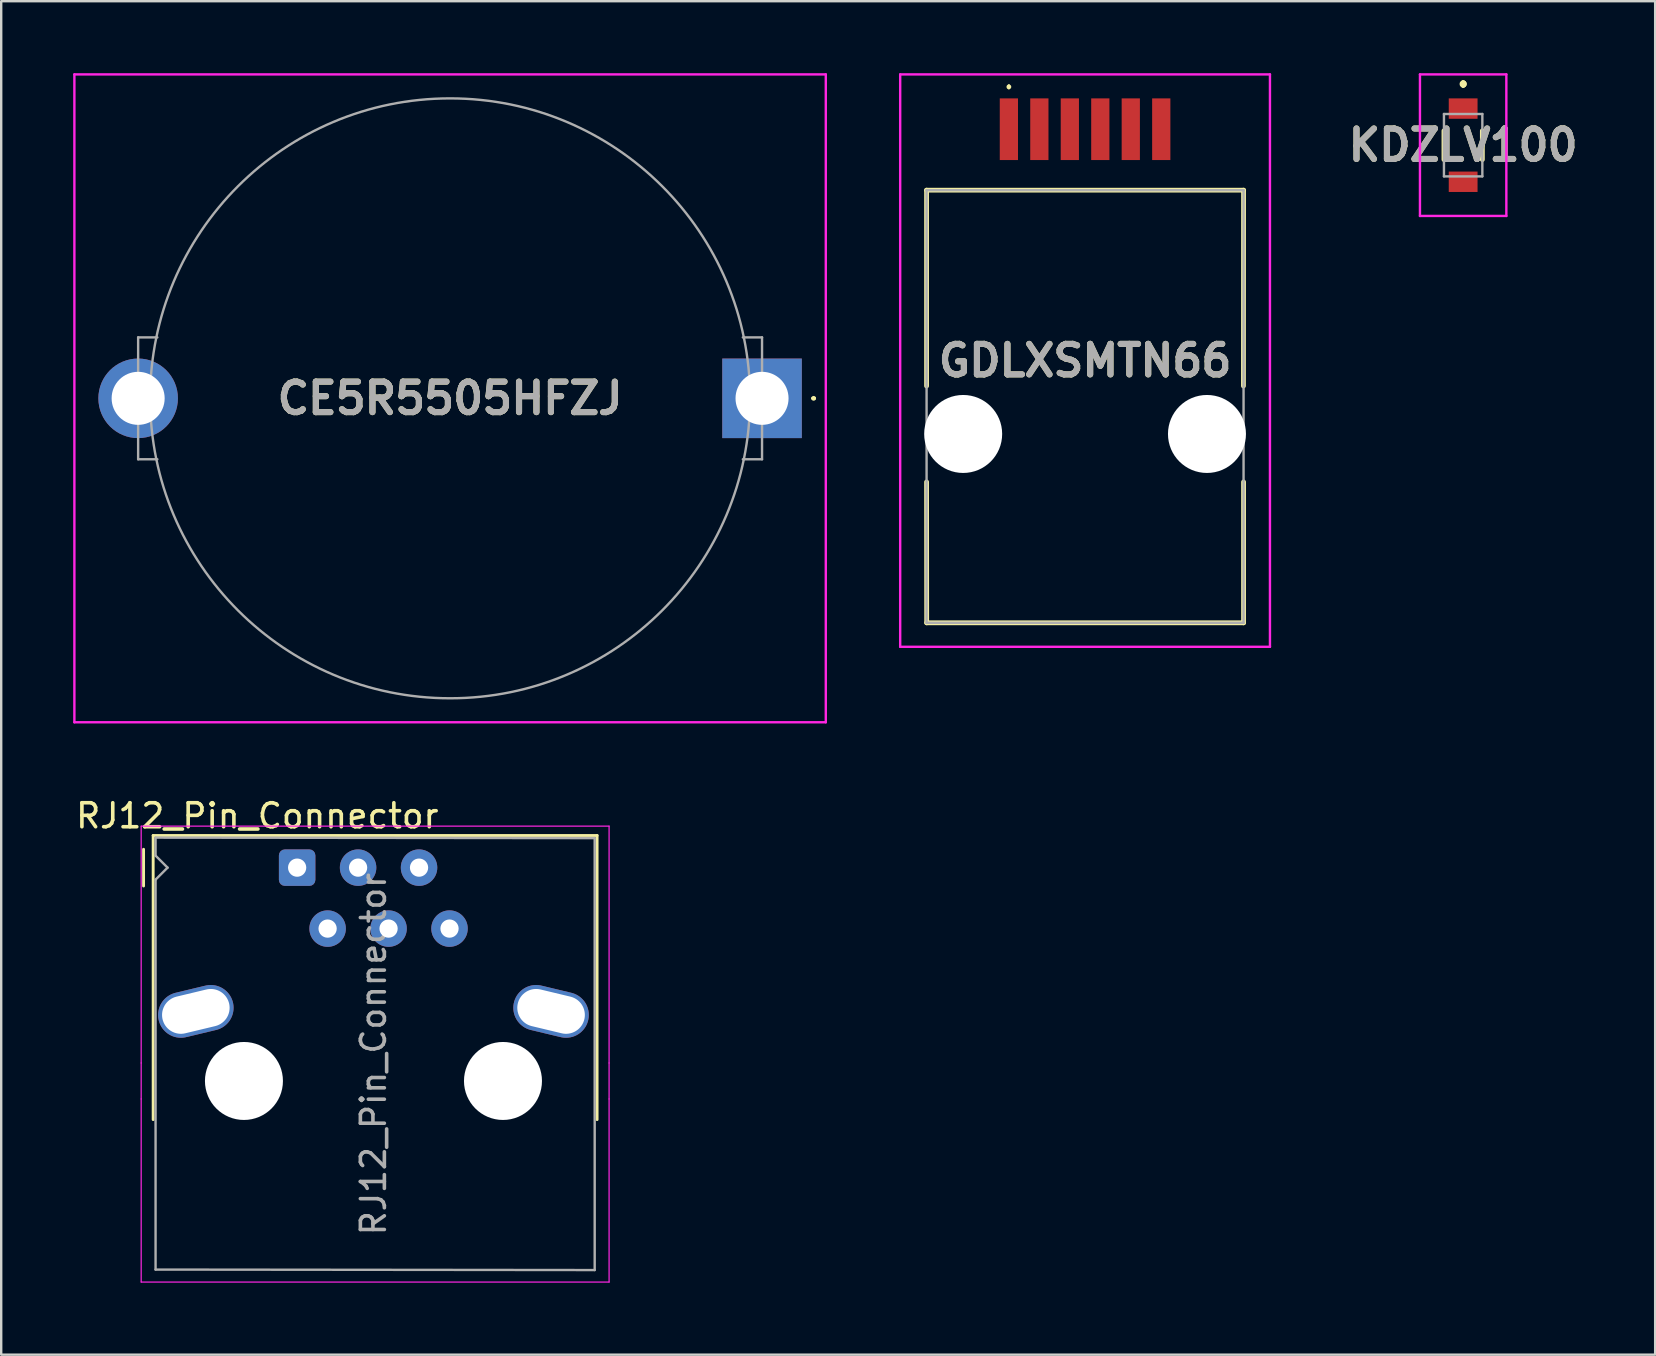
<source format=kicad_pcb>
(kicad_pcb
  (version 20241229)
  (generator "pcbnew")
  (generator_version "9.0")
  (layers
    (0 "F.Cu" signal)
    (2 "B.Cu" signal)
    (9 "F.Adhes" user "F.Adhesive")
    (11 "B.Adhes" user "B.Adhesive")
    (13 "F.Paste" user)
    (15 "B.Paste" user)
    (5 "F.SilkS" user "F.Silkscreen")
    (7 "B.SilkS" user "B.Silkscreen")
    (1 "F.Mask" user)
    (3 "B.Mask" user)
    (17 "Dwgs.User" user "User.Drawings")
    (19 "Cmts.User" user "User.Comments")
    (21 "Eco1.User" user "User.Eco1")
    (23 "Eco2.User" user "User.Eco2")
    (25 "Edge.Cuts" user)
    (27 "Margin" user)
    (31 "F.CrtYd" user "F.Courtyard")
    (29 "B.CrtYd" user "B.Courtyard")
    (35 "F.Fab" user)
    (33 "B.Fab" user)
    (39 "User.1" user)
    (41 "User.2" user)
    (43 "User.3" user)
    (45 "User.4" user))
  (footprint "GDLXSMTN66"
    (layer "F.Cu")
    (at 42.169 12.62)
    (property "Reference" "GDLXSMTN66" (at 0 -0.643 0) (layer "F.SilkS") (effects (font (size 1.27 1.27) (thickness 0.254))))
    (attr through_hole)
    (fp_line (start -6.605 -7.745) (end 6.605 -7.745) (stroke (width 0.2) (type solid)) (layer "F.SilkS"))
    (fp_line (start -6.605 0.415) (end -6.605 -7.745) (stroke (width 0.2) (type solid)) (layer "F.SilkS"))
    (fp_line (start -6.6 10.285) (end -6.605 4.415) (stroke (width 0.2) (type solid)) (layer "F.SilkS"))
    (fp_line (start -3.175 -12.1) (end -3.175 -12.1) (stroke (width 0.1) (type solid)) (layer "F.SilkS"))
    (fp_line (start -3.175 -12) (end -3.175 -12) (stroke (width 0.1) (type solid)) (layer "F.SilkS"))
    (fp_line (start 6.605 -7.745) (end 6.6 0.415) (stroke (width 0.2) (type solid)) (layer "F.SilkS"))
    (fp_line (start 6.605 4.415) (end 6.605 10.285) (stroke (width 0.2) (type solid)) (layer "F.SilkS"))
    (fp_line (start 6.605 10.285) (end -6.6 10.285) (stroke (width 0.2) (type solid)) (layer "F.SilkS"))
    (fp_arc (start -3.175 -12.1) (mid -3.125 -12.05) (end -3.175 -12) (stroke (width 0.1) (type solid)) (layer "F.SilkS"))
    (fp_arc (start -3.175 -12) (mid -3.225 -12.05) (end -3.175 -12.1) (stroke (width 0.1) (type solid)) (layer "F.SilkS"))
    (fp_line (start -7.705 -12.57) (end 7.705 -12.57) (stroke (width 0.1) (type solid)) (layer "F.CrtYd"))
    (fp_line (start -7.705 11.285) (end -7.705 -12.57) (stroke (width 0.1) (type solid)) (layer "F.CrtYd"))
    (fp_line (start 7.705 -12.57) (end 7.705 11.285) (stroke (width 0.1) (type solid)) (layer "F.CrtYd"))
    (fp_line (start 7.705 11.285) (end -7.705 11.285) (stroke (width 0.1) (type solid)) (layer "F.CrtYd"))
    (fp_line (start -6.605 -7.745) (end -6.605 10.285) (stroke (width 0.1) (type solid)) (layer "F.Fab"))
    (fp_line (start -6.605 10.285) (end 6.605 10.285) (stroke (width 0.1) (type solid)) (layer "F.Fab"))
    (fp_line (start 6.605 -7.745) (end -6.605 -7.745) (stroke (width 0.1) (type solid)) (layer "F.Fab"))
    (fp_line (start 6.605 10.285) (end 6.605 -7.745) (stroke (width 0.1) (type solid)) (layer "F.Fab"))
    (fp_text user "${REFERENCE}" (at 0 -0.643 0) (layer "F.Fab") (effects (font (size 1.27 1.27) (thickness 0.254))))
    (pad "" np_thru_hole circle (at -5.08 2.415) (size 3.25 3.25) (drill 3.25) (layers "*.Cu" "*.Mask"))
    (pad "" np_thru_hole circle (at 5.08 2.415) (size 3.25 3.25) (drill 3.25) (layers "*.Cu" "*.Mask"))
    (pad "1" smd rect (at -3.175 -10.285) (size 0.76 2.57) (layers "F.Cu" "F.Mask" "F.Paste"))
    (pad "2" smd rect (at -1.905 -10.285) (size 0.76 2.57) (layers "F.Cu" "F.Mask" "F.Paste"))
    (pad "3" smd rect (at -0.635 -10.285) (size 0.76 2.57) (layers "F.Cu" "F.Mask" "F.Paste"))
    (pad "4" smd rect (at 0.635 -10.285) (size 0.76 2.57) (layers "F.Cu" "F.Mask" "F.Paste"))
    (pad "5" smd rect (at 1.905 -10.285) (size 0.76 2.57) (layers "F.Cu" "F.Mask" "F.Paste"))
    (pad "6" smd rect (at 3.175 -10.285) (size 0.76 2.57) (layers "F.Cu" "F.Mask" "F.Paste")))
  (footprint "CE5R5505HFZJ"
    (layer "F.Cu")
    (at 28.707 13.55)
    (property "Reference" "CE5R5505HFZJ" (at -13 0 0) (layer "F.SilkS") (effects (font (size 1.27 1.27) (thickness 0.254))))
    (attr through_hole)
    (fp_line (start 2.1 0) (end 2.1 0) (stroke (width 0.1) (type solid)) (layer "F.SilkS"))
    (fp_line (start 2.2 0) (end 2.2 0) (stroke (width 0.1) (type solid)) (layer "F.SilkS"))
    (fp_arc (start 2.1 0) (mid 2.15 -0.05) (end 2.2 0) (stroke (width 0.1) (type solid)) (layer "F.SilkS"))
    (fp_arc (start 2.2 0) (mid 2.15 0.05) (end 2.1 0) (stroke (width 0.1) (type solid)) (layer "F.SilkS"))
    (fp_line (start -28.657 -13.5) (end 2.657 -13.5) (stroke (width 0.1) (type solid)) (layer "F.CrtYd"))
    (fp_line (start -28.657 13.5) (end -28.657 -13.5) (stroke (width 0.1) (type solid)) (layer "F.CrtYd"))
    (fp_line (start 2.657 -13.5) (end 2.657 13.5) (stroke (width 0.1) (type solid)) (layer "F.CrtYd"))
    (fp_line (start 2.657 13.5) (end -28.657 13.5) (stroke (width 0.1) (type solid)) (layer "F.CrtYd"))
    (fp_line (start -26 -2.54) (end -26 2.54) (stroke (width 0.1) (type solid)) (layer "F.Fab"))
    (fp_line (start -26 2.54) (end -25.2 2.54) (stroke (width 0.1) (type solid)) (layer "F.Fab"))
    (fp_line (start -25.5 0) (end -25.5 0) (stroke (width 0.1) (type solid)) (layer "F.Fab"))
    (fp_line (start -25.2 -2.54) (end -26 -2.54) (stroke (width 0.1) (type solid)) (layer "F.Fab"))
    (fp_line (start -0.8 -2.54) (end 0 -2.54) (stroke (width 0.1) (type solid)) (layer "F.Fab"))
    (fp_line (start -0.5 0) (end -0.5 0) (stroke (width 0.1) (type solid)) (layer "F.Fab"))
    (fp_line (start 0 -2.54) (end 0 2.54) (stroke (width 0.1) (type solid)) (layer "F.Fab"))
    (fp_line (start 0 2.54) (end -0.8 2.54) (stroke (width 0.1) (type solid)) (layer "F.Fab"))
    (fp_arc (start -25.5 0) (mid -13 -12.5) (end -0.5 0) (stroke (width 0.1) (type solid)) (layer "F.Fab"))
    (fp_arc (start -0.5 0) (mid -13 12.5) (end -25.5 0) (stroke (width 0.1) (type solid)) (layer "F.Fab"))
    (fp_text user "${REFERENCE}" (at -13 0 0) (layer "F.Fab") (effects (font (size 1.27 1.27) (thickness 0.254))))
    (pad "1" thru_hole rect (at 0 0) (size 3.315 3.315) (drill 2.21) (layers "*.Cu" "*.Mask"))
    (pad "2" thru_hole circle (at -26 0) (size 3.315 3.315) (drill 2.21) (layers "*.Cu" "*.Mask")))
  (footprint "RJ12_Pin_Connector"
    (layer "F.Cu")
    (at 9.333 33.108)
    (property "Reference" "RJ12_Pin_Connector" (at -1.66 -2.16 0) (layer "F.SilkS") (effects (font (size 1 1) (thickness 0.15))))
    (attr through_hole)
    (fp_line (start -6.4 0.765) (end -6.4 -0.765) (stroke (width 0.12) (type solid)) (layer "F.SilkS"))
    (fp_line (start -6 -1.34) (end 12.5 -1.34) (stroke (width 0.12) (type solid)) (layer "F.SilkS"))
    (fp_line (start -6 10.5) (end -6 -1.34) (stroke (width 0.12) (type solid)) (layer "F.SilkS"))
    (fp_line (start 12.5 -1.34) (end 12.5 10.5) (stroke (width 0.12) (type solid)) (layer "F.SilkS"))
    (fp_line (start -6.5 -1.73) (end -6.5 8.14) (stroke (width 0.05) (type solid)) (layer "F.CrtYd"))
    (fp_line (start -6.5 -1.73) (end 13 -1.73) (stroke (width 0.05) (type solid)) (layer "F.CrtYd"))
    (fp_line (start -6.5 8.14) (end -6.5 9.64) (stroke (width 0.05) (type default)) (layer "F.CrtYd"))
    (fp_line (start -6.5 9.64) (end -6.5 17.27) (stroke (width 0.05) (type solid)) (layer "F.CrtYd"))
    (fp_line (start 13 -1.73) (end 13 8.14) (stroke (width 0.05) (type solid)) (layer "F.CrtYd"))
    (fp_line (start 13 8.14) (end 13 9.64) (stroke (width 0.05) (type default)) (layer "F.CrtYd"))
    (fp_line (start 13 9.64) (end 13 17.27) (stroke (width 0.05) (type solid)) (layer "F.CrtYd"))
    (fp_line (start 13 17.27) (end -6.5 17.27) (stroke (width 0.05) (type solid)) (layer "F.CrtYd"))
    (fp_line (start -5.9 -1.251) (end 12.4 -1.23) (stroke (width 0.1) (type solid)) (layer "F.Fab"))
    (fp_line (start -5.9 -0.5) (end -5.9 -1.25) (stroke (width 0.1) (type solid)) (layer "F.Fab"))
    (fp_line (start -5.9 0.5) (end -5.4 0) (stroke (width 0.1) (type solid)) (layer "F.Fab"))
    (fp_line (start -5.9 16.75) (end -5.9 0.5) (stroke (width 0.1) (type solid)) (layer "F.Fab"))
    (fp_line (start -5.4 0) (end -5.9 -0.5) (stroke (width 0.1) (type solid)) (layer "F.Fab"))
    (fp_line (start 12.4 -1.23) (end 12.4 16.77) (stroke (width 0.1) (type solid)) (layer "F.Fab"))
    (fp_line (start 12.4 16.77) (end -5.9 16.75) (stroke (width 0.1) (type solid)) (layer "F.Fab"))
    (fp_text user "${REFERENCE}" (at 3.18 7.77 90) (layer "F.Fab") (effects (font (size 1 1) (thickness 0.15))))
    (pad "" np_thru_hole circle (at -2.217 8.89) (size 3.25 3.25) (drill oval 3.885 3.25) (layers "*.Cu" "*.Mask"))
    (pad "" np_thru_hole circle (at 8.578 8.89) (size 3.25 3.25) (drill oval 3.885 3.25) (layers "*.Cu" "*.Mask"))
    (pad "1" thru_hole roundrect (at 0 0) (size 1.52 1.52) (drill 0.76) (layers "*.Cu" "*.Mask") (roundrect_rratio 0.164))
    (pad "2" thru_hole circle (at 1.27 2.54) (size 1.52 1.52) (drill 0.76) (layers "*.Cu" "*.Mask"))
    (pad "3" thru_hole circle (at 2.54 0) (size 1.52 1.52) (drill 0.76) (layers "*.Cu" "*.Mask"))
    (pad "4" thru_hole circle (at 3.81 2.54) (size 1.52 1.52) (drill 0.76) (layers "*.Cu" "*.Mask"))
    (pad "5" thru_hole circle (at 5.08 0) (size 1.52 1.52) (drill 0.76) (layers "*.Cu" "*.Mask"))
    (pad "6" thru_hole circle (at 6.35 2.54) (size 1.52 1.52) (drill 0.76) (layers "*.Cu" "*.Mask"))
    (pad "SH" thru_hole oval (at -4.222 5.99 193.5) (size 3.181 1.9) (drill oval 2.851 1.57) (layers "*.Cu" "*.Mask"))
    (pad "SH" thru_hole oval (at 10.582 5.99 166.5) (size 3.181 1.9) (drill oval 2.851 1.57) (layers "*.Cu" "*.Mask")))
  (footprint "KDZLV100"
    (layer "F.Cu")
    (at 57.925 3)
    (property "Reference" "KDZLV100" (at 0 0 0) (layer "F.SilkS") (effects (font (size 1.27 1.27) (thickness 0.254))))
    (attr smd)
    (fp_line (start -0.8 -0.6) (end -0.8 0.6) (stroke (width 0.2) (type solid)) (layer "F.SilkS"))
    (fp_line (start 0 -2.6) (end 0 -2.6) (stroke (width 0.2) (type solid)) (layer "F.SilkS"))
    (fp_line (start 0 -2.5) (end 0 -2.5) (stroke (width 0.2) (type solid)) (layer "F.SilkS"))
    (fp_line (start 0 -2.5) (end 0 -2.5) (stroke (width 0.2) (type solid)) (layer "F.SilkS"))
    (fp_line (start 0.8 -0.6) (end 0.8 0.6) (stroke (width 0.2) (type solid)) (layer "F.SilkS"))
    (fp_arc (start 0 -2.6) (mid 0.05 -2.55) (end 0 -2.5) (stroke (width 0.2) (type solid)) (layer "F.SilkS"))
    (fp_arc (start 0 -2.6) (mid 0.05 -2.55) (end 0 -2.5) (stroke (width 0.2) (type solid)) (layer "F.SilkS"))
    (fp_arc (start 0 -2.5) (mid -0.05 -2.55) (end 0 -2.6) (stroke (width 0.2) (type solid)) (layer "F.SilkS"))
    (fp_line (start -1.8 -2.95) (end 1.8 -2.95) (stroke (width 0.1) (type solid)) (layer "F.CrtYd"))
    (fp_line (start -1.8 2.95) (end -1.8 -2.95) (stroke (width 0.1) (type solid)) (layer "F.CrtYd"))
    (fp_line (start 1.8 -2.95) (end 1.8 2.95) (stroke (width 0.1) (type solid)) (layer "F.CrtYd"))
    (fp_line (start 1.8 2.95) (end -1.8 2.95) (stroke (width 0.1) (type solid)) (layer "F.CrtYd"))
    (fp_line (start -0.8 -1.3) (end 0.8 -1.3) (stroke (width 0.1) (type solid)) (layer "F.Fab"))
    (fp_line (start -0.8 1.3) (end -0.8 -1.3) (stroke (width 0.1) (type solid)) (layer "F.Fab"))
    (fp_line (start 0.8 -1.3) (end 0.8 1.3) (stroke (width 0.1) (type solid)) (layer "F.Fab"))
    (fp_line (start 0.8 1.3) (end -0.8 1.3) (stroke (width 0.1) (type solid)) (layer "F.Fab"))
    (fp_text user "${REFERENCE}" (at 0 0 0) (layer "F.Fab") (effects (font (size 1.27 1.27) (thickness 0.254))))
    (pad "1" smd rect (at 0 -1.525 90) (size 0.85 1.2) (layers "F.Cu" "F.Mask" "F.Paste"))
    (pad "2" smd rect (at 0 1.525 90) (size 0.85 1.2) (layers "F.Cu" "F.Mask" "F.Paste")))
  (gr_rect
    (start -3 -3)
    (end 65.927 53.403)
    (stroke (width 0.1) (type default))
    (fill no)
    (layer "Edge.Cuts")))
</source>
